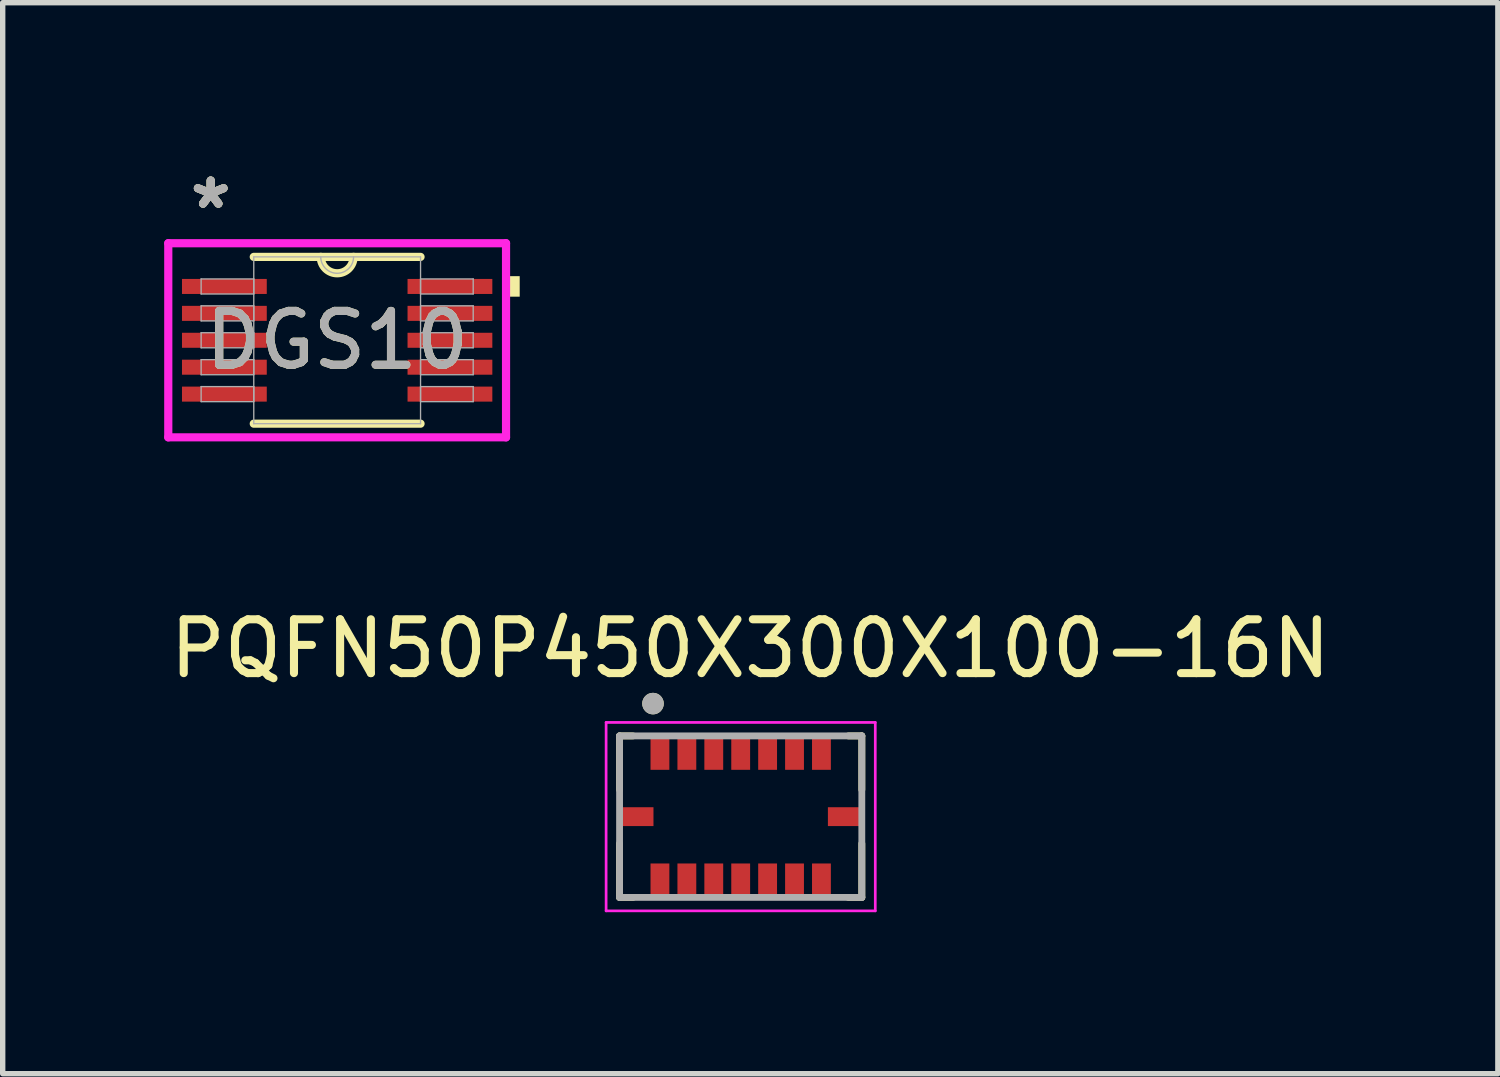
<source format=kicad_pcb>
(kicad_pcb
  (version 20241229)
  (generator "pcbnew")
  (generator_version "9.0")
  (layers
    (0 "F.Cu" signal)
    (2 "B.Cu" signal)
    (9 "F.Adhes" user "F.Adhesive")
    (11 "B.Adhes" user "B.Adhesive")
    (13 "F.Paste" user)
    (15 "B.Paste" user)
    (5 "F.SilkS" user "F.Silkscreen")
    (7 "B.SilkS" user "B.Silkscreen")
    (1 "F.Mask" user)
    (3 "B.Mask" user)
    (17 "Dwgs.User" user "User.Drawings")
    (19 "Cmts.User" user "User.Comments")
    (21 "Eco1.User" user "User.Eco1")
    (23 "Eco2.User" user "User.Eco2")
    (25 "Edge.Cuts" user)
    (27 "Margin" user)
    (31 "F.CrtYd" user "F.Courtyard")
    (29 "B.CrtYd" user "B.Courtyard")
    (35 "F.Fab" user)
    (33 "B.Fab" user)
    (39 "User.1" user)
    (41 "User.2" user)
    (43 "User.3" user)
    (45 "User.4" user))
  (footprint "DGS10"
    (layer "F.Cu")
    (at 3.213 3.271)
    (property "Reference" "DGS10" (at 0 0 0) (unlocked yes) (layer "F.SilkS") (effects (font (size 1 1) (thickness 0.15))))
    (attr smd)
    (fp_line (start -1.549 1.549) (end 1.549 1.549) (stroke (width 0.152) (type solid)) (layer "F.SilkS"))
    (fp_line (start 1.549 -1.549) (end -1.549 -1.549) (stroke (width 0.152) (type solid)) (layer "F.SilkS"))
    (fp_arc (start 0.3048 -1.5494) (mid 0 -1.2446) (end -0.3048 -1.5494) (stroke (width 0.1524) (type solid)) (layer "F.SilkS"))
    (fp_poly (pts (xy 3.391 -1.191) (xy 3.391 -0.81) (xy 3.137 -0.81) (xy 3.137 -1.191)) (stroke (width 0) (type solid)) (fill yes) (layer "F.SilkS"))
    (fp_line (start -3.137 -1.803) (end 3.137 -1.803) (stroke (width 0.152) (type solid)) (layer "F.CrtYd"))
    (fp_line (start -3.137 1.803) (end -3.137 -1.803) (stroke (width 0.152) (type solid)) (layer "F.CrtYd"))
    (fp_line (start 3.137 -1.803) (end 3.137 1.803) (stroke (width 0.152) (type solid)) (layer "F.CrtYd"))
    (fp_line (start 3.137 1.803) (end -3.137 1.803) (stroke (width 0.152) (type solid)) (layer "F.CrtYd"))
    (fp_line (start -2.527 -1.14) (end -2.527 -0.86) (stroke (width 0.025) (type solid)) (layer "F.Fab"))
    (fp_line (start -2.527 -0.86) (end -1.549 -0.86) (stroke (width 0.025) (type solid)) (layer "F.Fab"))
    (fp_line (start -2.527 -0.64) (end -2.527 -0.36) (stroke (width 0.025) (type solid)) (layer "F.Fab"))
    (fp_line (start -2.527 -0.36) (end -1.549 -0.36) (stroke (width 0.025) (type solid)) (layer "F.Fab"))
    (fp_line (start -2.527 -0.14) (end -2.527 0.14) (stroke (width 0.025) (type solid)) (layer "F.Fab"))
    (fp_line (start -2.527 0.14) (end -1.549 0.14) (stroke (width 0.025) (type solid)) (layer "F.Fab"))
    (fp_line (start -2.527 0.36) (end -2.527 0.64) (stroke (width 0.025) (type solid)) (layer "F.Fab"))
    (fp_line (start -2.527 0.64) (end -1.549 0.64) (stroke (width 0.025) (type solid)) (layer "F.Fab"))
    (fp_line (start -2.527 0.86) (end -2.527 1.14) (stroke (width 0.025) (type solid)) (layer "F.Fab"))
    (fp_line (start -2.527 1.14) (end -1.549 1.14) (stroke (width 0.025) (type solid)) (layer "F.Fab"))
    (fp_line (start -1.549 -1.549) (end -1.549 1.549) (stroke (width 0.025) (type solid)) (layer "F.Fab"))
    (fp_line (start -1.549 -1.14) (end -2.527 -1.14) (stroke (width 0.025) (type solid)) (layer "F.Fab"))
    (fp_line (start -1.549 -0.86) (end -1.549 -1.14) (stroke (width 0.025) (type solid)) (layer "F.Fab"))
    (fp_line (start -1.549 -0.64) (end -2.527 -0.64) (stroke (width 0.025) (type solid)) (layer "F.Fab"))
    (fp_line (start -1.549 -0.36) (end -1.549 -0.64) (stroke (width 0.025) (type solid)) (layer "F.Fab"))
    (fp_line (start -1.549 -0.14) (end -2.527 -0.14) (stroke (width 0.025) (type solid)) (layer "F.Fab"))
    (fp_line (start -1.549 0.14) (end -1.549 -0.14) (stroke (width 0.025) (type solid)) (layer "F.Fab"))
    (fp_line (start -1.549 0.36) (end -2.527 0.36) (stroke (width 0.025) (type solid)) (layer "F.Fab"))
    (fp_line (start -1.549 0.64) (end -1.549 0.36) (stroke (width 0.025) (type solid)) (layer "F.Fab"))
    (fp_line (start -1.549 0.86) (end -2.527 0.86) (stroke (width 0.025) (type solid)) (layer "F.Fab"))
    (fp_line (start -1.549 1.14) (end -1.549 0.86) (stroke (width 0.025) (type solid)) (layer "F.Fab"))
    (fp_line (start -1.549 1.549) (end 1.549 1.549) (stroke (width 0.025) (type solid)) (layer "F.Fab"))
    (fp_line (start 1.549 -1.549) (end -1.549 -1.549) (stroke (width 0.025) (type solid)) (layer "F.Fab"))
    (fp_line (start 1.549 -1.14) (end 1.549 -0.86) (stroke (width 0.025) (type solid)) (layer "F.Fab"))
    (fp_line (start 1.549 -0.86) (end 2.527 -0.86) (stroke (width 0.025) (type solid)) (layer "F.Fab"))
    (fp_line (start 1.549 -0.64) (end 1.549 -0.36) (stroke (width 0.025) (type solid)) (layer "F.Fab"))
    (fp_line (start 1.549 -0.36) (end 2.527 -0.36) (stroke (width 0.025) (type solid)) (layer "F.Fab"))
    (fp_line (start 1.549 -0.14) (end 1.549 0.14) (stroke (width 0.025) (type solid)) (layer "F.Fab"))
    (fp_line (start 1.549 0.14) (end 2.527 0.14) (stroke (width 0.025) (type solid)) (layer "F.Fab"))
    (fp_line (start 1.549 0.36) (end 1.549 0.64) (stroke (width 0.025) (type solid)) (layer "F.Fab"))
    (fp_line (start 1.549 0.64) (end 2.527 0.64) (stroke (width 0.025) (type solid)) (layer "F.Fab"))
    (fp_line (start 1.549 0.86) (end 1.549 1.14) (stroke (width 0.025) (type solid)) (layer "F.Fab"))
    (fp_line (start 1.549 1.14) (end 2.527 1.14) (stroke (width 0.025) (type solid)) (layer "F.Fab"))
    (fp_line (start 1.549 1.549) (end 1.549 -1.549) (stroke (width 0.025) (type solid)) (layer "F.Fab"))
    (fp_line (start 2.527 -1.14) (end 1.549 -1.14) (stroke (width 0.025) (type solid)) (layer "F.Fab"))
    (fp_line (start 2.527 -0.86) (end 2.527 -1.14) (stroke (width 0.025) (type solid)) (layer "F.Fab"))
    (fp_line (start 2.527 -0.64) (end 1.549 -0.64) (stroke (width 0.025) (type solid)) (layer "F.Fab"))
    (fp_line (start 2.527 -0.36) (end 2.527 -0.64) (stroke (width 0.025) (type solid)) (layer "F.Fab"))
    (fp_line (start 2.527 -0.14) (end 1.549 -0.14) (stroke (width 0.025) (type solid)) (layer "F.Fab"))
    (fp_line (start 2.527 0.14) (end 2.527 -0.14) (stroke (width 0.025) (type solid)) (layer "F.Fab"))
    (fp_line (start 2.527 0.36) (end 1.549 0.36) (stroke (width 0.025) (type solid)) (layer "F.Fab"))
    (fp_line (start 2.527 0.64) (end 2.527 0.36) (stroke (width 0.025) (type solid)) (layer "F.Fab"))
    (fp_line (start 2.527 0.86) (end 1.549 0.86) (stroke (width 0.025) (type solid)) (layer "F.Fab"))
    (fp_line (start 2.527 1.14) (end 2.527 0.86) (stroke (width 0.025) (type solid)) (layer "F.Fab"))
    (fp_arc (start 0.3048 -1.5494) (mid 0 -1.2446) (end -0.3048 -1.5494) (stroke (width 0.0254) (type solid)) (layer "F.Fab"))
    (fp_text user "*" (at -2.349 -2.422 0) (layer "F.SilkS") (effects (font (size 1 1) (thickness 0.15))))
    (fp_text user "*" (at -2.349 -2.422 0) (unlocked yes) (layer "F.SilkS") (effects (font (size 1 1) (thickness 0.15))))
    (fp_text user "*" (at -2.349 -2.422 0) (unlocked yes) (layer "F.Fab") (effects (font (size 1 1) (thickness 0.15))))
    (fp_text user "*" (at -2.349 -2.422 0) (layer "F.Fab") (effects (font (size 1 1) (thickness 0.15))))
    (fp_text user "${REFERENCE}" (at 0 0 0) (unlocked yes) (layer "F.Fab") (effects (font (size 1 1) (thickness 0.15))))
    (pad "1" smd rect (at -2.095 -1) (size 1.575 0.279) (layers "F.Cu" "F.Mask" "F.Paste"))
    (pad "2" smd rect (at -2.095 -0.5) (size 1.575 0.279) (layers "F.Cu" "F.Mask" "F.Paste"))
    (pad "3" smd rect (at -2.095 0) (size 1.575 0.279) (layers "F.Cu" "F.Mask" "F.Paste"))
    (pad "4" smd rect (at -2.095 0.5) (size 1.575 0.279) (layers "F.Cu" "F.Mask" "F.Paste"))
    (pad "5" smd rect (at -2.095 1) (size 1.575 0.279) (layers "F.Cu" "F.Mask" "F.Paste"))
    (pad "6" smd rect (at 2.095 1) (size 1.575 0.279) (layers "F.Cu" "F.Mask" "F.Paste"))
    (pad "7" smd rect (at 2.095 0.5) (size 1.575 0.279) (layers "F.Cu" "F.Mask" "F.Paste"))
    (pad "8" smd rect (at 2.095 0) (size 1.575 0.279) (layers "F.Cu" "F.Mask" "F.Paste"))
    (pad "9" smd rect (at 2.095 -0.5) (size 1.575 0.279) (layers "F.Cu" "F.Mask" "F.Paste"))
    (pad "10" smd rect (at 2.095 -1) (size 1.575 0.279) (layers "F.Cu" "F.Mask" "F.Paste")))
  (footprint "PQFN50P450X300X100-16N"
    (layer "F.Cu")
    (at 10.709 12.12)
    (property "Reference" "PQFN50P450X300X100-16N" (at 0.178 -3.121 0) (layer "F.SilkS") (effects (font (size 1 1) (thickness 0.15))))
    (attr smd)
    (fp_line (start -2.25 -1.5) (end -2 -1.5) (stroke (width 0.127) (type solid)) (layer "F.SilkS"))
    (fp_line (start -2.25 -0.5) (end -2.25 -1.5) (stroke (width 0.127) (type solid)) (layer "F.SilkS"))
    (fp_line (start -2.25 1.5) (end -2.25 0.5) (stroke (width 0.127) (type solid)) (layer "F.SilkS"))
    (fp_line (start -2 1.5) (end -2.25 1.5) (stroke (width 0.127) (type solid)) (layer "F.SilkS"))
    (fp_line (start 2.25 -1.5) (end 2 -1.5) (stroke (width 0.127) (type solid)) (layer "F.SilkS"))
    (fp_line (start 2.25 -0.5) (end 2.25 -1.5) (stroke (width 0.127) (type solid)) (layer "F.SilkS"))
    (fp_line (start 2.25 0.5) (end 2.25 1.5) (stroke (width 0.127) (type solid)) (layer "F.SilkS"))
    (fp_line (start 2.25 1.5) (end 2 1.5) (stroke (width 0.127) (type solid)) (layer "F.SilkS"))
    (fp_circle (center -1.629 -2.1) (end -1.529 -2.1) (stroke (width 0.2) (type solid)) (fill no) (layer "F.SilkS"))
    (fp_line (start -2.5 -1.75) (end 2.5 -1.75) (stroke (width 0.05) (type solid)) (layer "F.CrtYd"))
    (fp_line (start -2.5 1.75) (end -2.5 -1.75) (stroke (width 0.05) (type solid)) (layer "F.CrtYd"))
    (fp_line (start 2.5 -1.75) (end 2.5 1.75) (stroke (width 0.05) (type solid)) (layer "F.CrtYd"))
    (fp_line (start 2.5 1.75) (end -2.5 1.75) (stroke (width 0.05) (type solid)) (layer "F.CrtYd"))
    (fp_line (start -2.25 -1.5) (end 2.25 -1.5) (stroke (width 0.127) (type solid)) (layer "F.Fab"))
    (fp_line (start -2.25 1.5) (end -2.25 -1.5) (stroke (width 0.127) (type solid)) (layer "F.Fab"))
    (fp_line (start 2.25 -1.5) (end 2.25 1.5) (stroke (width 0.127) (type solid)) (layer "F.Fab"))
    (fp_line (start 2.25 1.5) (end -2.25 1.5) (stroke (width 0.127) (type solid)) (layer "F.Fab"))
    (fp_circle (center -1.629 -2.1) (end -1.529 -2.1) (stroke (width 0.2) (type solid)) (fill no) (layer "F.Fab"))
    (pad "1" smd rect (at -1.5 -1.165) (size 0.35 0.59) (layers "F.Cu" "F.Mask" "F.Paste"))
    (pad "2" smd rect (at -1 -1.165) (size 0.35 0.59) (layers "F.Cu" "F.Mask" "F.Paste"))
    (pad "3" smd rect (at -0.5 -1.165) (size 0.35 0.59) (layers "F.Cu" "F.Mask" "F.Paste"))
    (pad "4" smd rect (at 0 -1.165) (size 0.35 0.59) (layers "F.Cu" "F.Mask" "F.Paste"))
    (pad "5" smd rect (at 0.5 -1.165) (size 0.35 0.59) (layers "F.Cu" "F.Mask" "F.Paste"))
    (pad "6" smd rect (at 1 -1.165) (size 0.35 0.59) (layers "F.Cu" "F.Mask" "F.Paste"))
    (pad "7" smd rect (at 1.5 -1.165) (size 0.35 0.59) (layers "F.Cu" "F.Mask" "F.Paste"))
    (pad "8" smd rect (at 1.915 0) (size 0.59 0.35) (layers "F.Cu" "F.Mask" "F.Paste"))
    (pad "9" smd rect (at 1.5 1.165) (size 0.35 0.59) (layers "F.Cu" "F.Mask" "F.Paste"))
    (pad "10" smd rect (at 1 1.165) (size 0.35 0.59) (layers "F.Cu" "F.Mask" "F.Paste"))
    (pad "11" smd rect (at 0.5 1.165) (size 0.35 0.59) (layers "F.Cu" "F.Mask" "F.Paste"))
    (pad "12" smd rect (at 0 1.165) (size 0.35 0.59) (layers "F.Cu" "F.Mask" "F.Paste"))
    (pad "13" smd rect (at -0.5 1.165) (size 0.35 0.59) (layers "F.Cu" "F.Mask" "F.Paste"))
    (pad "14" smd rect (at -1 1.165) (size 0.35 0.59) (layers "F.Cu" "F.Mask" "F.Paste"))
    (pad "15" smd rect (at -1.5 1.165) (size 0.35 0.59) (layers "F.Cu" "F.Mask" "F.Paste"))
    (pad "16" smd rect (at -1.915 0) (size 0.59 0.35) (layers "F.Cu" "F.Mask" "F.Paste")))
  (gr_rect
    (start -3 -3)
    (end 24.774 16.895)
    (stroke (width 0.1) (type default))
    (fill no)
    (layer "Edge.Cuts")))
</source>
